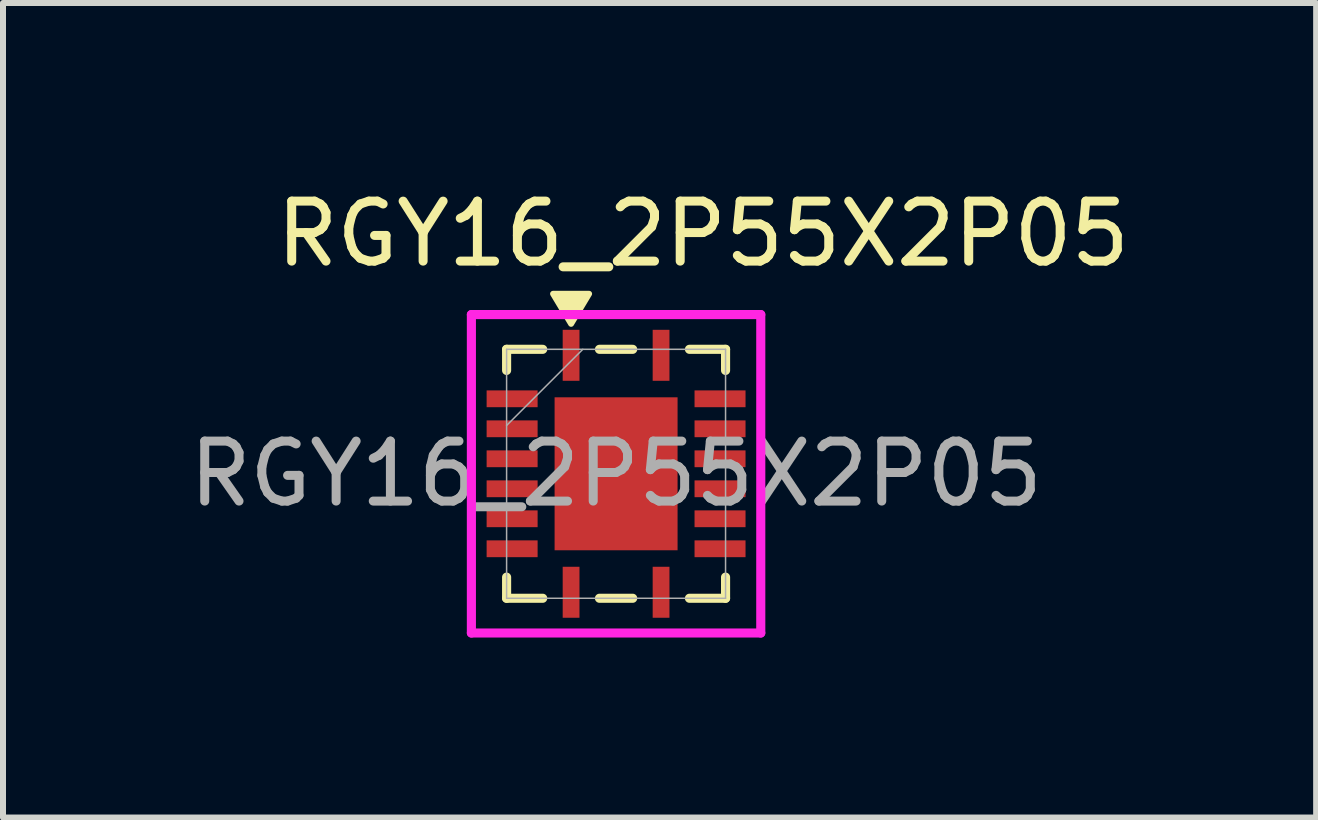
<source format=kicad_pcb>
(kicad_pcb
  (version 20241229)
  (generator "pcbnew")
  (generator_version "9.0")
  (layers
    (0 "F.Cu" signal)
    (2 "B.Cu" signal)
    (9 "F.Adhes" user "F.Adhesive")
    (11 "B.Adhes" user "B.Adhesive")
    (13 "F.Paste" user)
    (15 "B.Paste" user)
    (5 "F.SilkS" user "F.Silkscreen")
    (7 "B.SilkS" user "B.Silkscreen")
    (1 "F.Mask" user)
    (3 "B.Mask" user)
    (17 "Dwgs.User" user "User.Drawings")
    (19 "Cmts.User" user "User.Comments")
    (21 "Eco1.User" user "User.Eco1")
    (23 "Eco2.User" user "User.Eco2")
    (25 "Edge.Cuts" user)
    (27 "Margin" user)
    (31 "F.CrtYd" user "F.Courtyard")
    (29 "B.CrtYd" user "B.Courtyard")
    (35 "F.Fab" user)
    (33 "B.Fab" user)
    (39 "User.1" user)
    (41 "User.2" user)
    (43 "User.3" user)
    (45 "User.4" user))
  (footprint "RGY16_2P55X2P05"
    (layer "F.Cu")
    (at 7.22 4.848)
    (property "Reference" "RGY16_2P55X2P05" (at 1.45 -4 0) (unlocked yes) (layer "F.SilkS") (effects (font (size 1 1) (thickness 0.15))))
    (attr smd)
    (fp_poly (pts (xy -2.228 -1.46) (xy -2.228 -1.04) (xy -1.238 -1.04) (xy -1.238 -1.46)) (stroke (width 0) (type solid)) (fill yes) (layer "F.Mask"))
    (fp_poly (pts (xy -2.228 -0.96) (xy -2.228 -0.54) (xy -1.238 -0.54) (xy -1.238 -0.96)) (stroke (width 0) (type solid)) (fill yes) (layer "F.Mask"))
    (fp_poly (pts (xy -2.228 -0.46) (xy -2.228 -0.04) (xy -1.238 -0.04) (xy -1.238 -0.46)) (stroke (width 0) (type solid)) (fill yes) (layer "F.Mask"))
    (fp_poly (pts (xy -2.228 0.04) (xy -2.228 0.46) (xy -1.238 0.46) (xy -1.238 0.04)) (stroke (width 0) (type solid)) (fill yes) (layer "F.Mask"))
    (fp_poly (pts (xy -2.228 0.54) (xy -2.228 0.96) (xy -1.238 0.96) (xy -1.238 0.54)) (stroke (width 0) (type solid)) (fill yes) (layer "F.Mask"))
    (fp_poly (pts (xy -2.228 1.04) (xy -2.228 1.46) (xy -1.238 1.46) (xy -1.238 1.04)) (stroke (width 0) (type solid)) (fill yes) (layer "F.Mask"))
    (fp_poly (pts (xy -1.089 -1.339) (xy -0.594 -1.339) (xy -0.594 1.339) (xy -1.089 1.339)) (stroke (width 0) (type solid)) (fill yes) (layer "F.Mask"))
    (fp_poly (pts (xy -1.089 -1.339) (xy 1.089 -1.339) (xy 1.089 -0.987) (xy -1.089 -0.987)) (stroke (width 0) (type solid)) (fill yes) (layer "F.Mask"))
    (fp_poly (pts (xy -1.089 -0.587) (xy 1.089 -0.587) (xy 1.089 -0.2) (xy -1.089 -0.2)) (stroke (width 0) (type solid)) (fill yes) (layer "F.Mask"))
    (fp_poly (pts (xy -1.089 0.2) (xy 1.089 0.2) (xy 1.089 0.587) (xy -1.089 0.587)) (stroke (width 0) (type solid)) (fill yes) (layer "F.Mask"))
    (fp_poly (pts (xy -1.089 0.987) (xy 1.089 0.987) (xy 1.089 1.339) (xy -1.089 1.339)) (stroke (width 0) (type solid)) (fill yes) (layer "F.Mask"))
    (fp_poly (pts (xy -0.96 -2.47) (xy -0.96 -1.48) (xy -0.54 -1.48) (xy -0.54 -2.47)) (stroke (width 0) (type solid)) (fill yes) (layer "F.Mask"))
    (fp_poly (pts (xy -0.96 1.48) (xy -0.96 2.47) (xy -0.54 2.47) (xy -0.54 1.48)) (stroke (width 0) (type solid)) (fill yes) (layer "F.Mask"))
    (fp_poly (pts (xy 0.194 -1.339) (xy -0.194 -1.339) (xy -0.194 1.339) (xy 0.194 1.339)) (stroke (width 0) (type solid)) (fill yes) (layer "F.Mask"))
    (fp_poly (pts (xy 0.54 -2.47) (xy 0.54 -1.48) (xy 0.96 -1.48) (xy 0.96 -2.47)) (stroke (width 0) (type solid)) (fill yes) (layer "F.Mask"))
    (fp_poly (pts (xy 0.54 1.48) (xy 0.54 2.47) (xy 0.96 2.47) (xy 0.96 1.48)) (stroke (width 0) (type solid)) (fill yes) (layer "F.Mask"))
    (fp_poly (pts (xy 0.594 -1.339) (xy 1.089 -1.339) (xy 1.089 1.339) (xy 0.594 1.339)) (stroke (width 0) (type solid)) (fill yes) (layer "F.Mask"))
    (fp_poly (pts (xy 1.238 -1.46) (xy 1.238 -1.04) (xy 2.228 -1.04) (xy 2.228 -1.46)) (stroke (width 0) (type solid)) (fill yes) (layer "F.Mask"))
    (fp_poly (pts (xy 1.238 -0.96) (xy 1.238 -0.54) (xy 2.228 -0.54) (xy 2.228 -0.96)) (stroke (width 0) (type solid)) (fill yes) (layer "F.Mask"))
    (fp_poly (pts (xy 1.238 -0.46) (xy 1.238 -0.04) (xy 2.228 -0.04) (xy 2.228 -0.46)) (stroke (width 0) (type solid)) (fill yes) (layer "F.Mask"))
    (fp_poly (pts (xy 1.238 0.04) (xy 1.238 0.46) (xy 2.228 0.46) (xy 2.228 0.04)) (stroke (width 0) (type solid)) (fill yes) (layer "F.Mask"))
    (fp_poly (pts (xy 1.238 0.54) (xy 1.238 0.96) (xy 2.228 0.96) (xy 2.228 0.54)) (stroke (width 0) (type solid)) (fill yes) (layer "F.Mask"))
    (fp_poly (pts (xy 1.238 1.04) (xy 1.238 1.46) (xy 2.228 1.46) (xy 2.228 1.04)) (stroke (width 0) (type solid)) (fill yes) (layer "F.Mask"))
    (fp_line (start -1.825 -2.075) (end -1.825 -1.723) (stroke (width 0.152) (type solid)) (layer "F.SilkS"))
    (fp_line (start -1.825 1.723) (end -1.825 2.075) (stroke (width 0.152) (type solid)) (layer "F.SilkS"))
    (fp_line (start -1.825 2.075) (end -1.223 2.075) (stroke (width 0.152) (type solid)) (layer "F.SilkS"))
    (fp_line (start -1.223 -2.075) (end -1.825 -2.075) (stroke (width 0.152) (type solid)) (layer "F.SilkS"))
    (fp_line (start -0.277 2.075) (end 0.277 2.075) (stroke (width 0.152) (type solid)) (layer "F.SilkS"))
    (fp_line (start 0.277 -2.075) (end -0.277 -2.075) (stroke (width 0.152) (type solid)) (layer "F.SilkS"))
    (fp_line (start 1.223 2.075) (end 1.825 2.075) (stroke (width 0.152) (type solid)) (layer "F.SilkS"))
    (fp_line (start 1.825 -2.075) (end 1.223 -2.075) (stroke (width 0.152) (type solid)) (layer "F.SilkS"))
    (fp_line (start 1.825 -1.723) (end 1.825 -2.075) (stroke (width 0.152) (type solid)) (layer "F.SilkS"))
    (fp_line (start 1.825 2.075) (end 1.825 1.723) (stroke (width 0.152) (type solid)) (layer "F.SilkS"))
    (fp_poly (pts (xy -0.75 -2.5) (xy -1.05 -3) (xy -0.45 -3)) (stroke (width 0.1) (type solid)) (fill yes) (layer "F.SilkS"))
    (fp_poly (pts (xy -2.133 -1.365) (xy -2.133 -1.135) (xy -1.333 -1.135) (xy -1.333 -1.365)) (stroke (width 0) (type solid)) (fill yes) (layer "F.Paste"))
    (fp_poly (pts (xy -2.133 -0.865) (xy -2.133 -0.635) (xy -1.333 -0.635) (xy -1.333 -0.865)) (stroke (width 0) (type solid)) (fill yes) (layer "F.Paste"))
    (fp_poly (pts (xy -2.133 -0.365) (xy -2.133 -0.135) (xy -1.333 -0.135) (xy -1.333 -0.365)) (stroke (width 0) (type solid)) (fill yes) (layer "F.Paste"))
    (fp_poly (pts (xy -2.133 0.135) (xy -2.133 0.365) (xy -1.333 0.365) (xy -1.333 0.135)) (stroke (width 0) (type solid)) (fill yes) (layer "F.Paste"))
    (fp_poly (pts (xy -2.133 0.635) (xy -2.133 0.865) (xy -1.333 0.865) (xy -1.333 0.635)) (stroke (width 0) (type solid)) (fill yes) (layer "F.Paste"))
    (fp_poly (pts (xy -2.133 1.135) (xy -2.133 1.365) (xy -1.333 1.365) (xy -1.333 1.135)) (stroke (width 0) (type solid)) (fill yes) (layer "F.Paste"))
    (fp_poly (pts (xy -0.865 -2.375) (xy -0.865 -1.575) (xy -0.635 -1.575) (xy -0.635 -2.375)) (stroke (width 0) (type solid)) (fill yes) (layer "F.Paste"))
    (fp_poly (pts (xy -0.865 1.575) (xy -0.865 2.375) (xy -0.635 2.375) (xy -0.635 1.575)) (stroke (width 0) (type solid)) (fill yes) (layer "F.Paste"))
    (fp_poly (pts (xy 0.635 -2.375) (xy 0.635 -1.575) (xy 0.865 -1.575) (xy 0.865 -2.375)) (stroke (width 0) (type solid)) (fill yes) (layer "F.Paste"))
    (fp_poly (pts (xy 0.635 1.575) (xy 0.635 2.375) (xy 0.865 2.375) (xy 0.865 1.575)) (stroke (width 0) (type solid)) (fill yes) (layer "F.Paste"))
    (fp_poly (pts (xy 1.333 -1.365) (xy 1.333 -1.135) (xy 2.133 -1.135) (xy 2.133 -1.365)) (stroke (width 0) (type solid)) (fill yes) (layer "F.Paste"))
    (fp_poly (pts (xy 1.333 -0.865) (xy 1.333 -0.635) (xy 2.133 -0.635) (xy 2.133 -0.865)) (stroke (width 0) (type solid)) (fill yes) (layer "F.Paste"))
    (fp_poly (pts (xy 1.333 -0.365) (xy 1.333 -0.135) (xy 2.133 -0.135) (xy 2.133 -0.365)) (stroke (width 0) (type solid)) (fill yes) (layer "F.Paste"))
    (fp_poly (pts (xy 1.333 0.135) (xy 1.333 0.365) (xy 2.133 0.365) (xy 2.133 0.135)) (stroke (width 0) (type solid)) (fill yes) (layer "F.Paste"))
    (fp_poly (pts (xy 1.333 0.635) (xy 1.333 0.865) (xy 2.133 0.865) (xy 2.133 0.635)) (stroke (width 0) (type solid)) (fill yes) (layer "F.Paste"))
    (fp_poly (pts (xy 1.333 1.135) (xy 1.333 1.365) (xy 2.133 1.365) (xy 2.133 1.135)) (stroke (width 0) (type solid)) (fill yes) (layer "F.Paste"))
    (fp_poly (pts (xy -0.95 -1.2) (xy -0.95 -0.887) (xy -0.635 -0.887) (xy -0.494 -1.029) (xy -0.494 -1.2)) (stroke (width 0) (type solid)) (fill yes) (layer "F.Paste"))
    (fp_poly (pts (xy -0.95 0.887) (xy -0.95 1.2) (xy -0.494 1.2) (xy -0.494 1.029) (xy -0.635 0.887)) (stroke (width 0) (type solid)) (fill yes) (layer "F.Paste"))
    (fp_poly (pts (xy 0.494 -1.2) (xy 0.494 -1.029) (xy 0.635 -0.887) (xy 0.95 -0.887) (xy 0.95 -1.2)) (stroke (width 0) (type solid)) (fill yes) (layer "F.Paste"))
    (fp_poly (pts (xy 0.635 0.887) (xy 0.494 1.029) (xy 0.494 1.2) (xy 0.95 1.2) (xy 0.95 0.887)) (stroke (width 0) (type solid)) (fill yes) (layer "F.Paste"))
    (fp_poly (pts (xy -0.95 -0.687) (xy -0.95 -0.1) (xy -0.635 -0.1) (xy -0.494 -0.241) (xy -0.494 -0.546) (xy -0.635 -0.687)) (stroke (width 0) (type solid)) (fill yes) (layer "F.Paste"))
    (fp_poly (pts (xy -0.95 0.1) (xy -0.95 0.687) (xy -0.635 0.687) (xy -0.494 0.546) (xy -0.494 0.241) (xy -0.635 0.1)) (stroke (width 0) (type solid)) (fill yes) (layer "F.Paste"))
    (fp_poly (pts (xy -0.294 -1.2) (xy -0.294 -1.029) (xy -0.152 -0.887) (xy 0.152 -0.887) (xy 0.294 -1.029) (xy 0.294 -1.2)) (stroke (width 0) (type solid)) (fill yes) (layer "F.Paste"))
    (fp_poly (pts (xy -0.152 0.887) (xy -0.294 1.029) (xy -0.294 1.2) (xy 0.294 1.2) (xy 0.294 1.029) (xy 0.152 0.887)) (stroke (width 0) (type solid)) (fill yes) (layer "F.Paste"))
    (fp_poly (pts (xy 0.635 -0.687) (xy 0.494 -0.546) (xy 0.494 -0.241) (xy 0.635 -0.1) (xy 0.95 -0.1) (xy 0.95 -0.687)) (stroke (width 0) (type solid)) (fill yes) (layer "F.Paste"))
    (fp_poly (pts (xy 0.635 0.1) (xy 0.494 0.241) (xy 0.494 0.546) (xy 0.635 0.687) (xy 0.95 0.687) (xy 0.95 0.1)) (stroke (width 0) (type solid)) (fill yes) (layer "F.Paste"))
    (fp_poly (pts (xy -0.152 -0.687) (xy -0.294 -0.546) (xy -0.294 -0.241) (xy -0.152 -0.1) (xy 0.152 -0.1) (xy 0.294 -0.241) (xy 0.294 -0.546) (xy 0.152 -0.687)) (stroke (width 0) (type solid)) (fill yes) (layer "F.Paste"))
    (fp_poly (pts (xy -0.152 0.1) (xy -0.294 0.241) (xy -0.294 0.546) (xy -0.152 0.687) (xy 0.152 0.687) (xy 0.294 0.546) (xy 0.294 0.241) (xy 0.152 0.1)) (stroke (width 0) (type solid)) (fill yes) (layer "F.Paste"))
    (fp_line (start -2.412 -2.654) (end 2.412 -2.654) (stroke (width 0.152) (type solid)) (layer "F.CrtYd"))
    (fp_line (start -2.412 2.654) (end -2.412 -2.654) (stroke (width 0.152) (type solid)) (layer "F.CrtYd"))
    (fp_line (start 2.412 -2.654) (end 2.412 2.654) (stroke (width 0.152) (type solid)) (layer "F.CrtYd"))
    (fp_line (start 2.412 2.654) (end -2.412 2.654) (stroke (width 0.152) (type solid)) (layer "F.CrtYd"))
    (fp_line (start -1.825 -2.075) (end -1.825 2.075) (stroke (width 0.025) (type solid)) (layer "F.Fab"))
    (fp_line (start -1.825 -0.805) (end -0.555 -2.075) (stroke (width 0.025) (type solid)) (layer "F.Fab"))
    (fp_line (start -1.825 2.075) (end 1.825 2.075) (stroke (width 0.025) (type solid)) (layer "F.Fab"))
    (fp_line (start 1.825 -2.075) (end -1.825 -2.075) (stroke (width 0.025) (type solid)) (layer "F.Fab"))
    (fp_line (start 1.825 2.075) (end 1.825 -2.075) (stroke (width 0.025) (type solid)) (layer "F.Fab"))
    (fp_text user "${REFERENCE}" (at 0 0 0) (unlocked yes) (layer "F.Fab") (effects (font (size 1 1) (thickness 0.15))))
    (pad "1" smd rect (at -0.75 -1.975) (size 0.28 0.85) (layers "F.Cu" "F.Mask"))
    (pad "2" smd rect (at -1.733 -1.25 90) (size 0.28 0.85) (layers "F.Cu" "F.Mask"))
    (pad "3" smd rect (at -1.733 -0.75 90) (size 0.28 0.85) (layers "F.Cu" "F.Mask"))
    (pad "4" smd rect (at -1.733 -0.25 90) (size 0.28 0.85) (layers "F.Cu" "F.Mask"))
    (pad "5" smd rect (at -1.733 0.25 90) (size 0.28 0.85) (layers "F.Cu" "F.Mask"))
    (pad "6" smd rect (at -1.733 0.75 90) (size 0.28 0.85) (layers "F.Cu" "F.Mask"))
    (pad "7" smd rect (at -1.733 1.25 90) (size 0.28 0.85) (layers "F.Cu" "F.Mask"))
    (pad "8" smd rect (at -0.75 1.975) (size 0.28 0.85) (layers "F.Cu" "F.Mask"))
    (pad "9" smd rect (at 0.75 1.975) (size 0.28 0.85) (layers "F.Cu" "F.Mask"))
    (pad "10" smd rect (at 1.733 1.25 90) (size 0.28 0.85) (layers "F.Cu" "F.Mask"))
    (pad "11" smd rect (at 1.733 0.75 90) (size 0.28 0.85) (layers "F.Cu" "F.Mask"))
    (pad "12" smd rect (at 1.733 0.25 90) (size 0.28 0.85) (layers "F.Cu" "F.Mask"))
    (pad "13" smd rect (at 1.733 -0.25 90) (size 0.28 0.85) (layers "F.Cu" "F.Mask"))
    (pad "14" smd rect (at 1.733 -0.75 90) (size 0.28 0.85) (layers "F.Cu" "F.Mask"))
    (pad "15" smd rect (at 1.733 -1.25 90) (size 0.28 0.85) (layers "F.Cu" "F.Mask"))
    (pad "16" smd rect (at 0.75 -1.975) (size 0.28 0.85) (layers "F.Cu" "F.Mask"))
    (pad "17" smd rect (at 0 0) (size 2.05 2.55) (layers "F.Cu")))
  (gr_rect
    (start -3 -3)
    (end 18.89 10.578)
    (stroke (width 0.1) (type default))
    (fill no)
    (layer "Edge.Cuts")))
</source>
